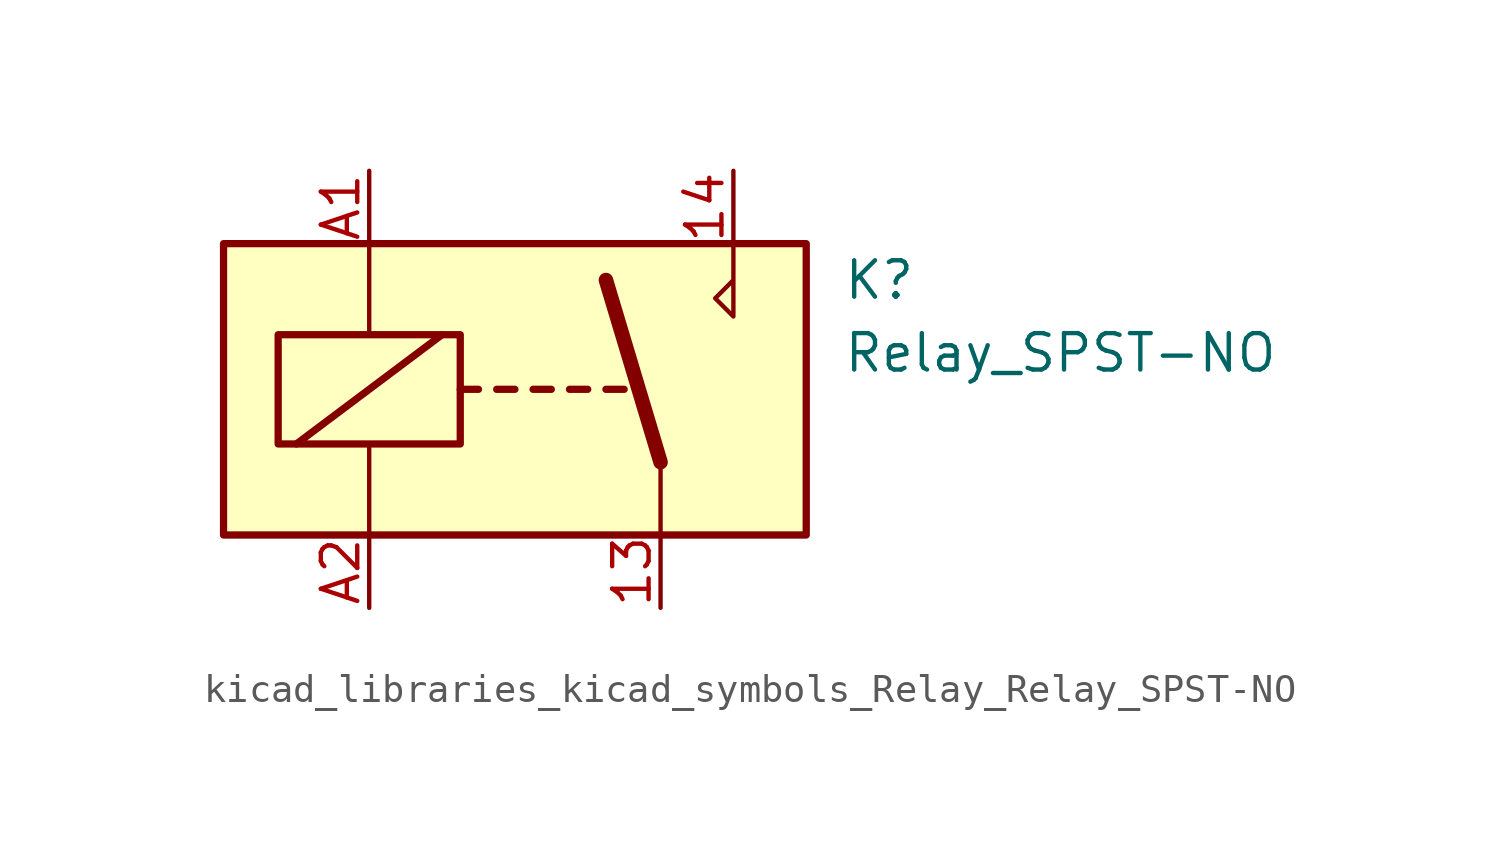
<source format=kicad_sym>
(kicad_symbol_lib
  (version 20220914)
  (generator kicad_symbol_editor)
  (symbol "kicad_libraries_kicad_symbols_Relay_Relay_SPST-NO"
    (property "Reference" "K"
      (at 11.43 3.81 0)
      (effects (font (size 1.27 1.27)) (justify left)))
    (property "Value" "Relay_SPST-NO"
      (at 11.43 1.27 0)
      (effects (font (size 1.27 1.27)) (justify left)))
    (symbol "kicad_libraries_kicad_symbols_Relay_Relay_SPST-NO_0_0"
      (polyline (pts (xy 7.62 5.08) (xy 7.62 2.54) (xy 6.985 3.175) (xy 7.62 3.81)) (stroke (width 0) (type default)) (fill (type none))))
    (symbol "kicad_libraries_kicad_symbols_Relay_Relay_SPST-NO_0_1"
      (rectangle (start -10.16 5.08) (end 10.16 -5.08) (stroke (width 0.254) (type default)) (fill (type background)))
      (rectangle (start -8.255 1.905) (end -1.905 -1.905) (stroke (width 0.254) (type default)) (fill (type none)))
      (polyline (pts (xy -7.62 -1.905) (xy -2.54 1.905)) (stroke (width 0.254) (type default)) (fill (type none)))
      (polyline (pts (xy -5.08 -5.08) (xy -5.08 -1.905)) (stroke (width 0) (type default)) (fill (type none)))
      (polyline (pts (xy -5.08 5.08) (xy -5.08 1.905)) (stroke (width 0) (type default)) (fill (type none)))
      (polyline (pts (xy -1.905 0) (xy -1.27 0)) (stroke (width 0.254) (type default)) (fill (type none)))
      (polyline (pts (xy -0.635 0) (xy 0 0)) (stroke (width 0.254) (type default)) (fill (type none)))
      (polyline (pts (xy 0.635 0) (xy 1.27 0)) (stroke (width 0.254) (type default)) (fill (type none)))
      (polyline (pts (xy 1.905 0) (xy 2.54 0)) (stroke (width 0.254) (type default)) (fill (type none)))
      (polyline (pts (xy 3.175 0) (xy 3.81 0)) (stroke (width 0.254) (type default)) (fill (type none)))
      (polyline (pts (xy 5.08 -2.54) (xy 3.175 3.81)) (stroke (width 0.508) (type default)) (fill (type none)))
      (polyline (pts (xy 5.08 -2.54) (xy 5.08 -5.08)) (stroke (width 0) (type default)) (fill (type none))))
    (symbol "kicad_libraries_kicad_symbols_Relay_Relay_SPST-NO_1_1"
      (pin passive line (at 5.08 -7.62 90) (length 2.54) (name "~" (effects (font (size 1.27 1.27)))) (number "13" (effects (font (size 1.27 1.27)))))
      (pin passive line (at 7.62 7.62 270) (length 2.54) (name "~" (effects (font (size 1.27 1.27)))) (number "14" (effects (font (size 1.27 1.27)))))
      (pin passive line (at -5.08 7.62 270) (length 2.54) (name "~" (effects (font (size 1.27 1.27)))) (number "A1" (effects (font (size 1.27 1.27)))))
      (pin passive line (at -5.08 -7.62 90) (length 2.54) (name "~" (effects (font (size 1.27 1.27)))) (number "A2" (effects (font (size 1.27 1.27))))))))
</source>
